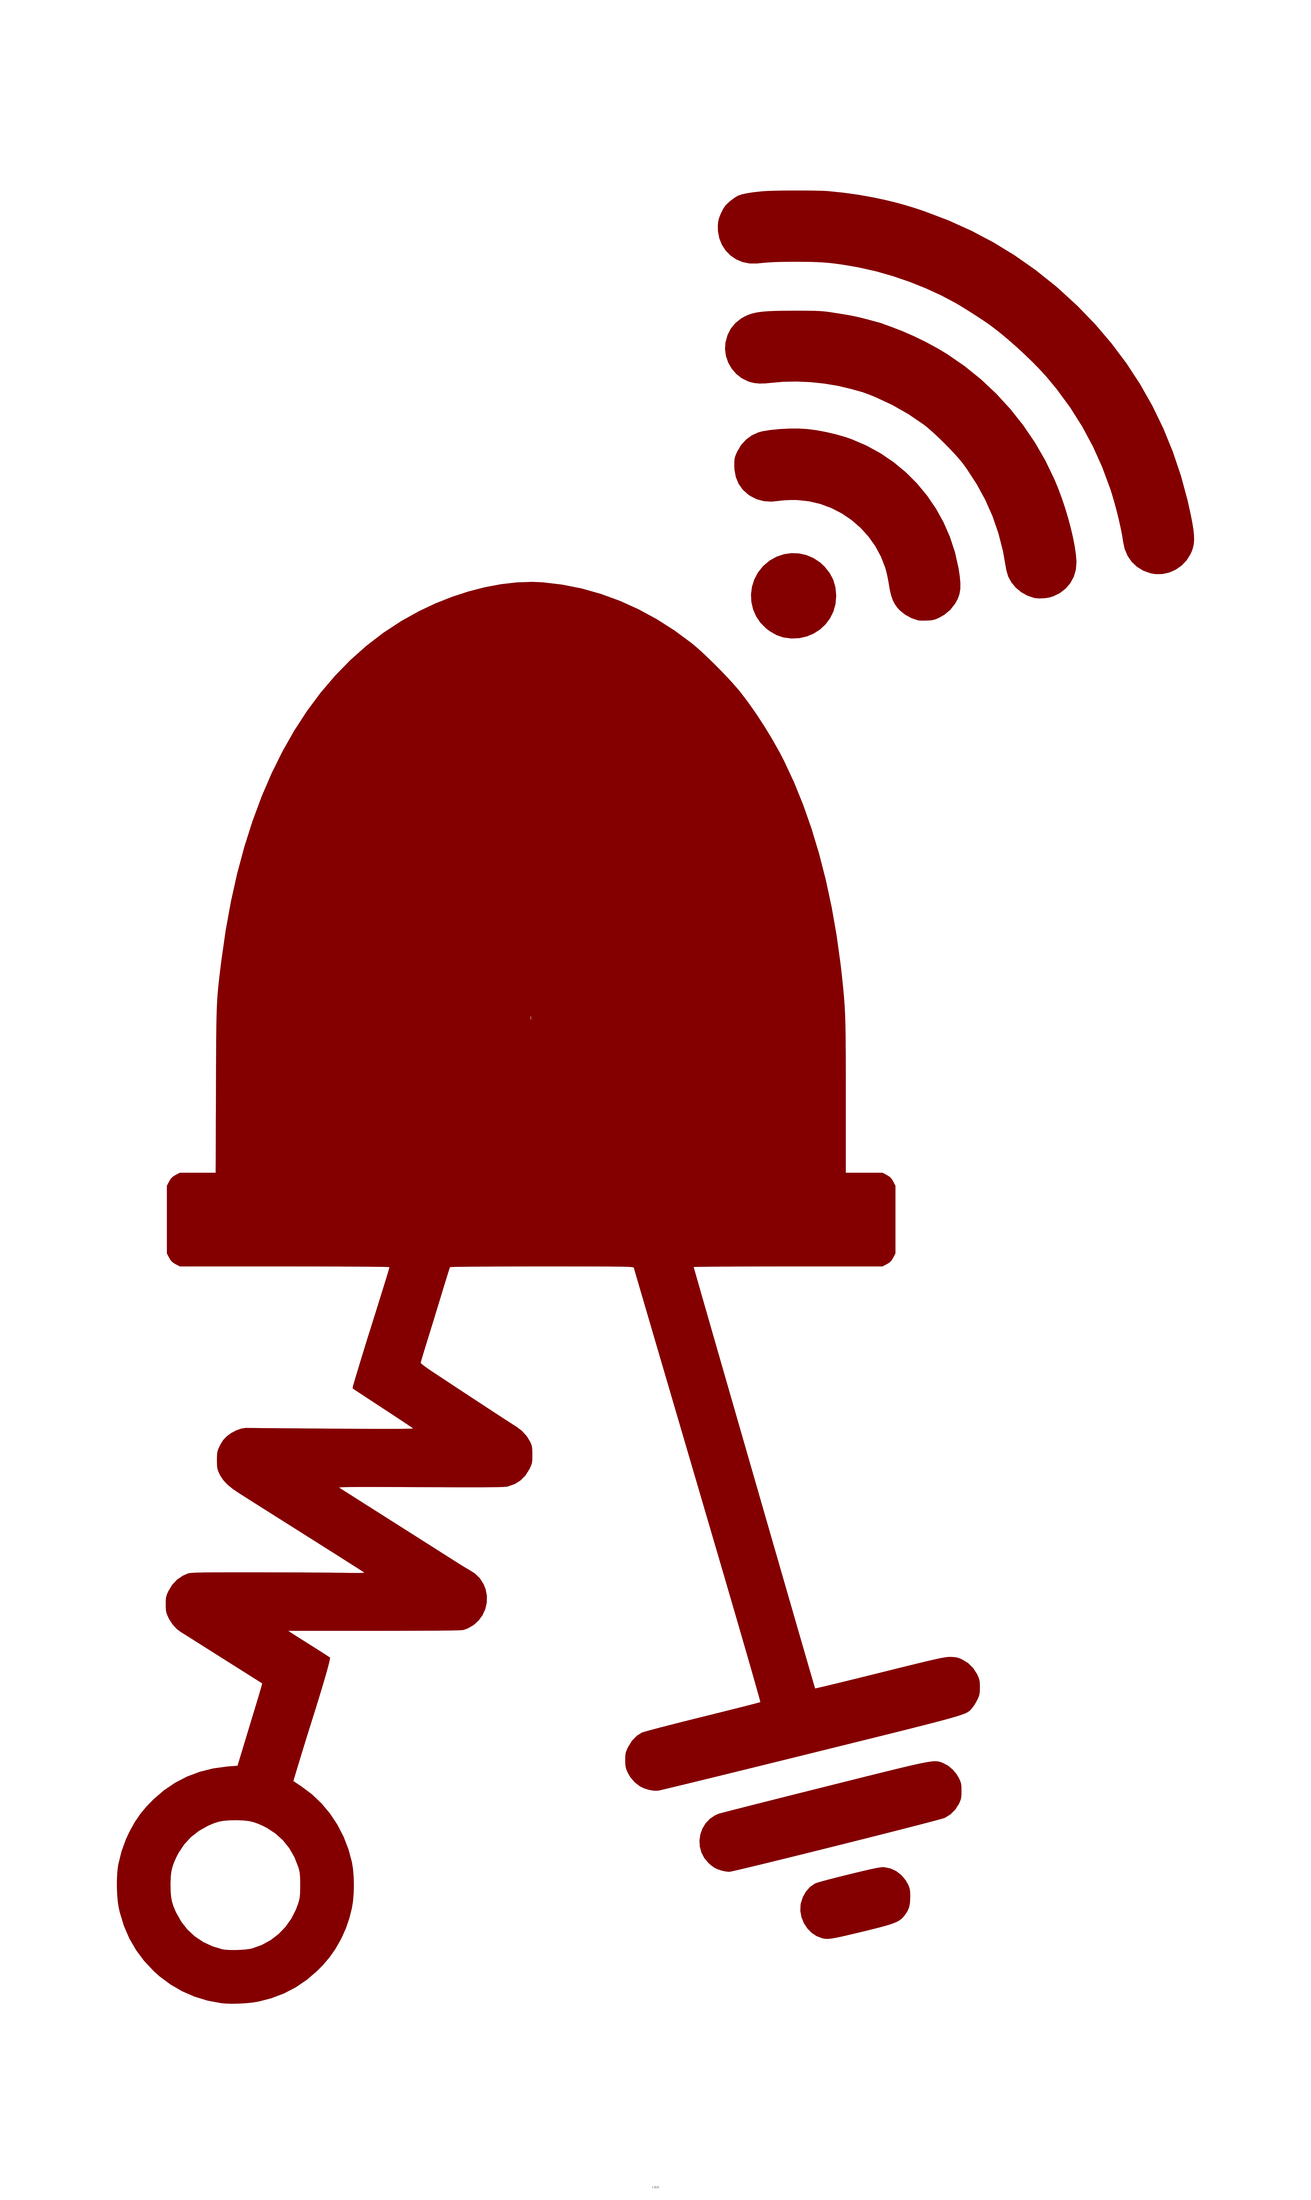
<source format=kicad_sym>
(kicad_symbol_lib
  (version 20210619)
  (generator bitmap2component)
  (symbol "LOGO"
    (pin_names
      (offset 1.016))
    (property "Reference" "#G"
      (at 0 416.899 0)
      (effects (font (size 1.27 1.27)) hide))
    (symbol "LOGO_0_0"
      (polyline (pts (xy -149.355 -385.693) (xy -146.28 -385.517) (xy -143.39 -385.227) (xy -140.918 -384.832) (xy -135.31 -383.394) (xy -129.786 -381.313) (xy -124.612 -378.635) (xy -119.768 -375.348) (xy -115.233 -371.443) (xy -112.952 -369.142) (xy -109.967 -365.673) (xy -107.403 -362.035) (xy -105.11 -358.027) (xy -104.613 -357.048) (xy -102.765 -352.915) (xy -101.318 -348.703) (xy -100.168 -344.118) (xy -100.144 -344.002) (xy -99.689 -341.074) (xy -99.418 -337.706) (xy -99.331 -334.121) (xy -99.427 -330.541) (xy -99.706 -327.189) (xy -100.168 -324.285) (xy -101.65 -318.748) (xy -103.787 -313.199) (xy -106.486 -307.968) (xy -109.714 -303.108) (xy -113.435 -298.67) (xy -117.615 -294.705) (xy -122.222 -291.265) (xy -123.503 -290.42) (xy -124.596 -289.693) (xy -125.336 -289.195) (xy -125.608 -289.002) (xy -125.575 -288.858) (xy -125.368 -288.133) (xy -124.997 -286.878) (xy -124.487 -285.177) (xy -123.864 -283.118) (xy -123.154 -280.783) (xy -122.384 -278.26) (xy -121.578 -275.632) (xy -120.764 -272.986) (xy -119.967 -270.406) (xy -119.214 -267.977) (xy -118.529 -265.786) (xy -117.941 -263.916) (xy -117.792 -263.445) (xy -116.295 -258.685) (xy -114.924 -254.263) (xy -113.688 -250.215) (xy -112.599 -246.576) (xy -111.667 -243.383) (xy -110.901 -240.671) (xy -110.312 -238.476) (xy -109.911 -236.835) (xy -109.708 -235.782) (xy -109.713 -235.354) (xy -110.035 -235.123) (xy -110.883 -234.561) (xy -112.165 -233.73) (xy -113.797 -232.685) (xy -115.697 -231.479) (xy -117.779 -230.165) (xy -119.529 -229.064) (xy -121.564 -227.78) (xy -123.388 -226.626) (xy -124.907 -225.661) (xy -126.026 -224.945) (xy -126.65 -224.539) (xy -127.866 -223.723) (xy -90.464 -223.727) (xy -87.642 -223.727) (xy -81.315 -223.723) (xy -75.657 -223.713) (xy -70.648 -223.697) (xy -66.27 -223.676) (xy -62.504 -223.648) (xy -59.329 -223.614) (xy -56.728 -223.574) (xy -54.68 -223.527) (xy -53.168 -223.473) (xy -52.17 -223.411) (xy -51.67 -223.343) (xy -49.811 -222.677) (xy -47.264 -221.205) (xy -45.118 -219.262) (xy -43.421 -216.939) (xy -42.221 -214.323) (xy -41.565 -211.503) (xy -41.503 -208.569) (xy -42.083 -205.61) (xy -42.901 -203.531) (xy -44.525 -200.963) (xy -46.695 -198.826) (xy -49.408 -197.123) (xy -49.679 -196.976) (xy -50.587 -196.443) (xy -51.925 -195.629) (xy -53.594 -194.594) (xy -55.492 -193.403) (xy -57.519 -192.116) (xy -57.895 -191.876) (xy -59.557 -190.817) (xy -61.716 -189.444) (xy -64.299 -187.802) (xy -67.236 -185.937) (xy -70.455 -183.893) (xy -73.885 -181.717) (xy -77.454 -179.453) (xy -81.091 -177.146) (xy -84.725 -174.843) (xy -86.881 -173.476) (xy -90.202 -171.371) (xy -93.33 -169.387) (xy -96.215 -167.556) (xy -98.808 -165.91) (xy -101.06 -164.48) (xy -102.921 -163.296) (xy -104.343 -162.392) (xy -105.275 -161.797) (xy -105.668 -161.543) (xy -105.692 -161.512) (xy -105.546 -161.445) (xy -105.092 -161.388) (xy -104.298 -161.339) (xy -103.131 -161.3) (xy -101.56 -161.269) (xy -99.552 -161.247) (xy -97.074 -161.232) (xy -94.094 -161.226) (xy -90.581 -161.227) (xy -86.5 -161.236) (xy -81.821 -161.252) (xy -76.511 -161.275) (xy -70.537 -161.304) (xy -69.056 -161.312) (xy -62.978 -161.341) (xy -57.558 -161.361) (xy -52.765 -161.374) (xy -48.569 -161.377) (xy -44.939 -161.373) (xy -41.844 -161.359) (xy -39.253 -161.336) (xy -37.135 -161.304) (xy -35.46 -161.263) (xy -34.198 -161.212) (xy -33.316 -161.151) (xy -32.785 -161.081) (xy -32.342 -160.983) (xy -29.402 -159.954) (xy -26.862 -158.359) (xy -24.742 -156.21) (xy -23.059 -153.525) (xy -22.812 -153.022) (xy -22.306 -151.922) (xy -21.993 -151.011) (xy -21.828 -150.067) (xy -21.764 -148.87) (xy -21.756 -147.198) (xy -21.772 -145.719) (xy -21.842 -144.41) (xy -22 -143.416) (xy -22.284 -142.531) (xy -22.728 -141.547) (xy -24.194 -139.159) (xy -26.293 -136.845) (xy -28.754 -135.005) (xy -29.066 -134.813) (xy -30.043 -134.193) (xy -31.518 -133.243) (xy -33.436 -132) (xy -35.745 -130.497) (xy -38.392 -128.769) (xy -41.323 -126.853) (xy -44.485 -124.781) (xy -47.825 -122.589) (xy -51.289 -120.313) (xy -54.825 -117.987) (xy -58.378 -115.645) (xy -61.897 -113.323) (xy -65.327 -111.055) (xy -66.615 -110.187) (xy -68.078 -109.157) (xy -69.24 -108.288) (xy -70.008 -107.65) (xy -70.285 -107.315) (xy -70.215 -106.988) (xy -69.962 -106.062) (xy -69.55 -104.647) (xy -69.008 -102.835) (xy -68.364 -100.721) (xy -67.644 -98.4) (xy -67.36 -97.487) (xy -66.521 -94.782) (xy -65.551 -91.639) (xy -64.5 -88.222) (xy -63.419 -84.697) (xy -62.359 -81.226) (xy -61.369 -77.974) (xy -60.571 -75.353) (xy -59.784 -72.785) (xy -59.079 -70.498) (xy -58.479 -68.571) (xy -58.009 -67.078) (xy -57.692 -66.099) (xy -57.552 -65.709) (xy -57.482 -65.692) (xy -56.84 -65.654) (xy -55.564 -65.618) (xy -53.698 -65.584) (xy -51.286 -65.551) (xy -48.372 -65.522) (xy -45 -65.495) (xy -41.212 -65.472) (xy -37.054 -65.451) (xy -32.569 -65.436) (xy -27.801 -65.424) (xy -22.794 -65.416) (xy -17.591 -65.414) (xy -14.645 -65.414) (xy -8.844 -65.415) (xy -3.684 -65.417) (xy 0.873 -65.422) (xy 4.864 -65.429) (xy 8.328 -65.439) (xy 11.3 -65.453) (xy 13.82 -65.472) (xy 15.924 -65.495) (xy 17.65 -65.524) (xy 19.035 -65.559) (xy 20.118 -65.601) (xy 20.935 -65.65) (xy 21.524 -65.707) (xy 21.924 -65.772) (xy 22.17 -65.846) (xy 22.301 -65.929) (xy 22.354 -66.023) (xy 22.378 -66.107) (xy 22.581 -66.809) (xy 22.974 -68.159) (xy 23.552 -70.138) (xy 24.31 -72.731) (xy 25.244 -75.922) (xy 26.348 -79.694) (xy 27.618 -84.03) (xy 29.049 -88.915) (xy 30.636 -94.332) (xy 32.375 -100.266) (xy 34.261 -106.698) (xy 36.289 -113.614) (xy 38.454 -120.997) (xy 40.751 -128.831) (xy 43.176 -137.099) (xy 45.724 -145.785) (xy 48.389 -154.873) (xy 51.169 -164.346) (xy 54.056 -174.189) (xy 57.047 -184.384) (xy 58.704 -190.034) (xy 60.651 -196.682) (xy 62.535 -203.127) (xy 64.347 -209.338) (xy 66.079 -215.284) (xy 67.722 -220.934) (xy 69.266 -226.258) (xy 70.704 -231.224) (xy 72.025 -235.801) (xy 73.221 -239.958) (xy 74.283 -243.665) (xy 75.202 -246.89) (xy 75.969 -249.602) (xy 76.576 -251.77) (xy 77.013 -253.365) (xy 77.27 -254.353) (xy 77.341 -254.705) (xy 76.992 -254.818) (xy 76.018 -255.085) (xy 74.473 -255.491) (xy 72.411 -256.023) (xy 69.885 -256.667) (xy 66.948 -257.41) (xy 63.654 -258.238) (xy 60.057 -259.137) (xy 56.209 -260.094) (xy 52.165 -261.096) (xy 48.449 -262.018) (xy 44.52 -263.002) (xy 40.812 -263.939) (xy 37.382 -264.816) (xy 34.287 -265.616) (xy 31.583 -266.326) (xy 29.329 -266.93) (xy 27.58 -267.413) (xy 26.393 -267.761) (xy 25.826 -267.959) (xy 23.617 -269.365) (xy 21.575 -271.447) (xy 19.928 -274.099) (xy 19.451 -275.085) (xy 18.994 -276.189) (xy 18.743 -277.18) (xy 18.638 -278.329) (xy 18.617 -279.904) (xy 18.62 -280.576) (xy 18.676 -282.007) (xy 18.841 -283.107) (xy 19.169 -284.139) (xy 19.713 -285.368) (xy 20.778 -287.247) (xy 22.726 -289.56) (xy 25.112 -291.356) (xy 26.858 -292.18) (xy 28.935 -292.825) (xy 31.002 -293.186) (xy 32.786 -293.199) (xy 32.794 -293.198) (xy 33.327 -293.088) (xy 34.5 -292.819) (xy 36.279 -292.399) (xy 38.631 -291.837) (xy 41.522 -291.14) (xy 44.918 -290.317) (xy 48.785 -289.377) (xy 53.089 -288.327) (xy 57.797 -287.175) (xy 62.875 -285.931) (xy 68.289 -284.602) (xy 74.006 -283.196) (xy 79.991 -281.722) (xy 86.21 -280.188) (xy 92.631 -278.603) (xy 99.219 -276.973) (xy 102.29 -276.213) (xy 109.984 -274.31) (xy 117.041 -272.563) (xy 123.491 -270.965) (xy 129.362 -269.508) (xy 134.683 -268.183) (xy 139.481 -266.984) (xy 143.786 -265.902) (xy 147.625 -264.929) (xy 151.028 -264.057) (xy 154.023 -263.278) (xy 156.638 -262.584) (xy 158.902 -261.967) (xy 160.843 -261.419) (xy 162.49 -260.933) (xy 163.872 -260.499) (xy 165.016 -260.111) (xy 165.952 -259.759) (xy 166.707 -259.437) (xy 167.311 -259.137) (xy 167.792 -258.849) (xy 168.178 -258.567) (xy 168.498 -258.281) (xy 168.78 -257.986) (xy 169.053 -257.671) (xy 169.345 -257.33) (xy 170.035 -256.424) (xy 170.91 -255.052) (xy 171.666 -253.652) (xy 171.89 -253.176) (xy 172.346 -252.07) (xy 172.607 -251.057) (xy 172.724 -249.874) (xy 172.751 -248.259) (xy 172.748 -247.603) (xy 172.694 -246.172) (xy 172.528 -245.072) (xy 172.198 -244.035) (xy 171.649 -242.796) (xy 171.499 -242.489) (xy 169.823 -239.894) (xy 167.652 -237.772) (xy 165.035 -236.173) (xy 164.025 -235.728) (xy 162.815 -235.33) (xy 161.554 -235.133) (xy 159.92 -235.069) (xy 159.849 -235.068) (xy 159.288 -235.077) (xy 158.666 -235.119) (xy 157.934 -235.203) (xy 157.045 -235.34) (xy 155.953 -235.541) (xy 154.61 -235.817) (xy 152.969 -236.178) (xy 150.984 -236.635) (xy 148.606 -237.198) (xy 145.789 -237.878) (xy 142.486 -238.685) (xy 138.649 -239.631) (xy 134.231 -240.725) (xy 129.186 -241.978) (xy 126.77 -242.579) (xy 122.594 -243.613) (xy 118.644 -244.586) (xy 114.968 -245.488) (xy 111.617 -246.305) (xy 108.641 -247.026) (xy 106.09 -247.639) (xy 104.014 -248.131) (xy 102.463 -248.491) (xy 101.487 -248.705) (xy 101.136 -248.763) (xy 101.112 -248.691) (xy 100.922 -248.061) (xy 100.554 -246.81) (xy 100.017 -244.972) (xy 99.321 -242.578) (xy 98.474 -239.662) (xy 97.487 -236.258) (xy 96.369 -232.398) (xy 95.13 -228.115) (xy 93.778 -223.443) (xy 92.325 -218.414) (xy 90.778 -213.061) (xy 89.148 -207.418) (xy 87.445 -201.518) (xy 85.677 -195.393) (xy 83.854 -189.077) (xy 81.986 -182.602) (xy 80.083 -176.003) (xy 78.153 -169.311) (xy 76.207 -162.56) (xy 74.253 -155.783) (xy 72.302 -149.013) (xy 70.363 -142.284) (xy 68.446 -135.627) (xy 66.559 -129.076) (xy 64.713 -122.665) (xy 62.917 -116.426) (xy 61.181 -110.392) (xy 59.514 -104.597) (xy 57.925 -99.073) (xy 56.424 -93.853) (xy 55.022 -88.971) (xy 53.726 -84.459) (xy 52.547 -80.352) (xy 51.495 -76.68) (xy 50.578 -73.479) (xy 49.806 -70.78) (xy 49.19 -68.618) (xy 48.738 -67.024) (xy 48.459 -66.032) (xy 48.364 -65.675) (xy 48.495 -65.654) (xy 49.242 -65.621) (xy 50.616 -65.59) (xy 52.574 -65.56) (xy 55.073 -65.532) (xy 58.07 -65.507) (xy 61.521 -65.484) (xy 65.385 -65.463) (xy 69.618 -65.446) (xy 74.177 -65.432) (xy 79.019 -65.422) (xy 84.102 -65.416) (xy 89.382 -65.414) (xy 130.4 -65.414) (xy 132.255 -64.445) (xy 133.43 -63.735) (xy 134.312 -62.871) (xy 135.078 -61.622) (xy 136.047 -59.767) (xy 136.047 -30.351) (xy 135.078 -28.496) (xy 134.368 -27.32) (xy 133.504 -26.438) (xy 132.255 -25.673) (xy 130.4 -24.704) (xy 114.474 -24.704) (xy 114.474 8.497) (xy 114.473 13.121) (xy 114.47 18.545) (xy 114.461 23.377) (xy 114.445 27.674) (xy 114.42 31.495) (xy 114.384 34.898) (xy 114.335 37.942) (xy 114.272 40.684) (xy 114.192 43.183) (xy 114.093 45.497) (xy 113.974 47.684) (xy 113.832 49.803) (xy 113.666 51.912) (xy 113.473 54.069) (xy 113.252 56.333) (xy 113.001 58.761) (xy 112.718 61.412) (xy 112.204 65.914) (xy 110.472 78.44) (xy 108.337 90.618) (xy 105.808 102.41) (xy 102.896 113.779) (xy 99.611 124.687) (xy 95.963 135.096) (xy 91.963 144.969) (xy 87.62 154.268) (xy 85.609 158.128) (xy 82.541 163.576) (xy 79.201 169.073) (xy 75.702 174.44) (xy 72.161 179.497) (xy 68.69 184.063) (xy 67.587 185.405) (xy 65.462 187.84) (xy 63.006 190.514) (xy 60.329 193.316) (xy 57.541 196.135) (xy 54.754 198.859) (xy 52.076 201.379) (xy 49.62 203.582) (xy 47.495 205.359) (xy 40.033 210.878) (xy 32.321 215.797) (xy 24.399 220.093) (xy 16.298 223.755) (xy 8.046 226.769) (xy -0.325 229.125) (xy -8.787 230.81) (xy -17.31 231.812) (xy -21.943 232.005) (xy -28.535 231.775) (xy -35.379 230.992) (xy -42.402 229.673) (xy -49.53 227.835) (xy -56.69 225.496) (xy -63.806 222.673) (xy -70.807 219.383) (xy -78.682 215.012) (xy -86.445 209.925) (xy -93.844 204.253) (xy -100.874 198.005) (xy -107.531 191.188) (xy -113.812 183.808) (xy -119.712 175.872) (xy -125.228 167.388) (xy -130.355 158.362) (xy -135.089 148.802) (xy -139.428 138.714) (xy -143.365 128.106) (xy -146.899 116.984) (xy -150.023 105.355) (xy -152.736 93.228) (xy -155.032 80.607) (xy -156.908 67.501) (xy -157.08 66.122) (xy -157.406 63.498) (xy -157.695 61.118) (xy -157.95 58.928) (xy -158.174 56.873) (xy -158.368 54.897) (xy -158.535 52.945) (xy -158.677 50.961) (xy -158.797 48.89) (xy -158.896 46.677) (xy -158.977 44.266) (xy -159.018 42.623) (xy -22.529 42.623) (xy -22.52 43.003) (xy -22.462 43.421) (xy -22.37 43.228) (xy -22.312 42.672) (xy -22.377 41.836) (xy -22.422 41.722) (xy -22.501 41.907) (xy -22.529 42.623) (xy -159.018 42.623) (xy -159.043 41.602) (xy -159.096 38.63) (xy -159.138 35.294) (xy -159.171 31.539) (xy -159.198 27.31) (xy -159.221 22.551) (xy -159.242 17.206) (xy -159.264 11.221) (xy -159.395 -24.704) (xy -174.937 -24.704) (xy -176.791 -25.673) (xy -177.967 -26.383) (xy -178.849 -27.247) (xy -179.615 -28.496) (xy -180.583 -30.351) (xy -180.583 -59.767) (xy -179.615 -61.622) (xy -178.905 -62.797) (xy -178.041 -63.679) (xy -176.791 -64.445) (xy -174.937 -65.414) (xy -129.396 -65.414) (xy -128.395 -65.414) (xy -122.741 -65.417) (xy -117.316 -65.424) (xy -112.158 -65.436) (xy -107.306 -65.451) (xy -102.799 -65.469) (xy -98.677 -65.491) (xy -94.979 -65.516) (xy -91.742 -65.544) (xy -89.006 -65.574) (xy -86.811 -65.607) (xy -85.195 -65.641) (xy -84.196 -65.677) (xy -83.855 -65.715) (xy -83.906 -65.951) (xy -84.132 -66.771) (xy -84.508 -68.054) (xy -84.999 -69.684) (xy -85.57 -71.543) (xy -86.485 -74.489) (xy -88.095 -79.666) (xy -89.516 -84.223) (xy -90.756 -88.189) (xy -91.825 -91.594) (xy -92.732 -94.467) (xy -92.803 -94.693) (xy -93.342 -96.412) (xy -94.01 -98.567) (xy -94.77 -101.036) (xy -95.585 -103.696) (xy -96.419 -106.425) (xy -97.232 -109.101) (xy -97.989 -111.601) (xy -98.652 -113.803) (xy -99.184 -115.585) (xy -99.547 -116.825) (xy -99.66 -117.246) (xy -99.828 -118.055) (xy -99.829 -118.436) (xy -99.661 -118.551) (xy -98.969 -119.012) (xy -97.797 -119.786) (xy -96.203 -120.835) (xy -94.249 -122.12) (xy -91.992 -123.6) (xy -89.494 -125.239) (xy -86.812 -126.995) (xy -84.913 -128.24) (xy -82.338 -129.932) (xy -79.981 -131.487) (xy -77.902 -132.864) (xy -76.163 -134.021) (xy -74.824 -134.92) (xy -73.946 -135.519) (xy -73.59 -135.779) (xy -73.637 -135.812) (xy -74.205 -135.87) (xy -75.409 -135.916) (xy -77.256 -135.951) (xy -79.752 -135.975) (xy -82.903 -135.989) (xy -86.718 -135.991) (xy -91.201 -135.982) (xy -96.36 -135.962) (xy -102.202 -135.931) (xy -108.733 -135.889) (xy -112.097 -135.866) (xy -116.928 -135.831) (xy -121.553 -135.797) (xy -125.922 -135.763) (xy -129.985 -135.73) (xy -133.695 -135.699) (xy -137.003 -135.67) (xy -139.858 -135.643) (xy -142.214 -135.619) (xy -144.02 -135.598) (xy -145.228 -135.581) (xy -145.789 -135.568) (xy -146.295 -135.565) (xy -148.315 -135.89) (xy -150.488 -136.666) (xy -152.625 -137.798) (xy -154.536 -139.19) (xy -156.032 -140.747) (xy -156.484 -141.403) (xy -157.227 -142.658) (xy -157.902 -143.967) (xy -158.237 -144.722) (xy -158.552 -145.64) (xy -158.733 -146.621) (xy -158.817 -147.876) (xy -158.837 -149.616) (xy -158.821 -151.308) (xy -158.744 -152.543) (xy -158.569 -153.514) (xy -158.256 -154.438) (xy -157.765 -155.531) (xy -157.246 -156.528) (xy -155.976 -158.384) (xy -154.315 -160.153) (xy -152.167 -161.925) (xy -149.442 -163.793) (xy -149.315 -163.874) (xy -148.49 -164.401) (xy -147.694 -164.909) (xy -146.886 -165.424) (xy -146.025 -165.971) (xy -145.07 -166.578) (xy -143.98 -167.269) (xy -142.712 -168.071) (xy -141.227 -169.011) (xy -139.483 -170.113) (xy -137.439 -171.405) (xy -135.053 -172.911) (xy -132.285 -174.659) (xy -129.093 -176.674) (xy -125.435 -178.982) (xy -121.272 -181.61) (xy -116.562 -184.583) (xy -113.444 -186.552) (xy -110.089 -188.673) (xy -106.946 -190.662) (xy -104.061 -192.492) (xy -101.481 -194.13) (xy -99.254 -195.547) (xy -97.426 -196.714) (xy -96.046 -197.6) (xy -95.16 -198.175) (xy -94.815 -198.409) (xy -94.856 -198.463) (xy -95.44 -198.538) (xy -96.641 -198.584) (xy -98.408 -198.6) (xy -100.69 -198.585) (xy -103.435 -198.538) (xy -103.732 -198.532) (xy -105.646 -198.501) (xy -108.167 -198.471) (xy -111.219 -198.443) (xy -114.728 -198.417) (xy -118.619 -198.393) (xy -122.817 -198.371) (xy -127.248 -198.353) (xy -131.837 -198.338) (xy -136.508 -198.327) (xy -141.187 -198.32) (xy -145.002 -198.318) (xy -149.744 -198.316) (xy -153.868 -198.32) (xy -157.42 -198.327) (xy -160.446 -198.341) (xy -162.991 -198.361) (xy -165.102 -198.388) (xy -166.823 -198.423) (xy -168.2 -198.467) (xy -169.279 -198.52) (xy -170.105 -198.584) (xy -170.725 -198.659) (xy -171.183 -198.745) (xy -171.526 -198.845) (xy -173.645 -199.773) (xy -176.206 -201.517) (xy -178.323 -203.796) (xy -180.004 -206.617) (xy -180.363 -207.398) (xy -180.76 -208.43) (xy -180.982 -209.418) (xy -181.078 -210.608) (xy -181.095 -212.247) (xy -181.086 -213.213) (xy -181.02 -214.594) (xy -180.849 -215.666) (xy -180.523 -216.676) (xy -179.994 -217.876) (xy -179.493 -218.848) (xy -178.08 -220.974) (xy -176.432 -222.802) (xy -174.713 -224.135) (xy -174.28 -224.4) (xy -173.238 -225.05) (xy -171.825 -225.936) (xy -170.171 -226.979) (xy -168.405 -228.097) (xy -168.328 -228.147) (xy -166.838 -229.091) (xy -164.867 -230.339) (xy -162.517 -231.824) (xy -159.889 -233.485) (xy -157.085 -235.255) (xy -154.207 -237.072) (xy -151.356 -238.87) (xy -150.269 -239.556) (xy -147.739 -241.152) (xy -145.422 -242.616) (xy -143.381 -243.906) (xy -141.678 -244.984) (xy -140.377 -245.81) (xy -139.539 -246.344) (xy -139.227 -246.547) (xy -139.217 -246.568) (xy -139.244 -246.823) (xy -139.376 -247.394) (xy -139.629 -248.333) (xy -140.015 -249.687) (xy -140.551 -251.508) (xy -141.25 -253.845) (xy -142.126 -256.746) (xy -143.195 -260.263) (xy -143.311 -260.646) (xy -144.022 -262.982) (xy -144.857 -265.733) (xy -145.752 -268.686) (xy -146.644 -271.631) (xy -147.469 -274.355) (xy -149.889 -282.358) (xy -153.319 -282.599) (xy -154.285 -282.675) (xy -160.46 -283.522) (xy -166.302 -284.981) (xy -171.816 -287.051) (xy -177.006 -289.737) (xy -181.878 -293.039) (xy -186.435 -296.959) (xy -189.534 -300.144) (xy -192.228 -303.412) (xy -194.577 -306.884) (xy -196.741 -310.774) (xy -198.342 -314.185) (xy -200.301 -319.534) (xy -201.692 -325.155) (xy -201.848 -326.065) (xy -202.151 -328.813) (xy -202.306 -331.947) (xy -202.313 -334.201) (xy -179.018 -334.201) (xy -179.013 -333.255) (xy -178.917 -330.638) (xy -178.67 -328.439) (xy -178.227 -326.451) (xy -177.548 -324.469) (xy -176.591 -322.286) (xy -175.531 -320.232) (xy -173.078 -316.548) (xy -170.149 -313.368) (xy -166.73 -310.681) (xy -162.808 -308.472) (xy -162.011 -308.104) (xy -159.91 -307.24) (xy -157.949 -306.641) (xy -155.921 -306.267) (xy -153.619 -306.073) (xy -150.834 -306.018) (xy -149.804 -306.024) (xy -147.21 -306.122) (xy -145.026 -306.373) (xy -143.045 -306.821) (xy -141.059 -307.506) (xy -138.861 -308.472) (xy -137.077 -309.386) (xy -133.355 -311.831) (xy -130.119 -314.771) (xy -127.382 -318.187) (xy -125.16 -322.064) (xy -123.466 -326.385) (xy -123.306 -326.91) (xy -123.023 -328.005) (xy -122.833 -329.111) (xy -122.72 -330.398) (xy -122.665 -332.038) (xy -122.651 -334.201) (xy -122.653 -335.233) (xy -122.683 -337.144) (xy -122.762 -338.606) (xy -122.906 -339.792) (xy -123.135 -340.872) (xy -123.466 -342.018) (xy -124.479 -344.787) (xy -126.509 -348.786) (xy -129.057 -352.372) (xy -132.077 -355.502) (xy -135.525 -358.132) (xy -139.357 -360.22) (xy -143.527 -361.721) (xy -144.499 -361.933) (xy -146.365 -362.182) (xy -148.561 -362.348) (xy -150.883 -362.427) (xy -153.129 -362.413) (xy -155.094 -362.3) (xy -156.575 -362.082) (xy -160.74 -360.823) (xy -164.795 -358.938) (xy -168.43 -356.511) (xy -171.619 -353.562) (xy -174.338 -350.11) (xy -176.563 -346.175) (xy -176.932 -345.378) (xy -177.796 -343.277) (xy -178.394 -341.316) (xy -178.769 -339.288) (xy -178.963 -336.986) (xy -179.018 -334.201) (xy -202.313 -334.201) (xy -202.316 -335.255) (xy -202.183 -338.528) (xy -201.91 -341.553) (xy -201.498 -344.118) (xy -201.045 -346.089) (xy -199.27 -351.919) (xy -196.917 -357.367) (xy -193.976 -362.451) (xy -190.435 -367.191) (xy -186.285 -371.606) (xy -183.783 -373.844) (xy -179.028 -377.379) (xy -173.914 -380.336) (xy -168.488 -382.691) (xy -162.798 -384.423) (xy -156.892 -385.507) (xy -155.142 -385.663) (xy -152.386 -385.745) (xy -149.355 -385.693)) (stroke (width 0.01)) (fill (type outline)))
      (polyline (pts (xy 107.656 -357.489) (xy 108.892 -357.316) (xy 110.436 -357.034) (xy 112.363 -356.63) (xy 114.745 -356.092) (xy 117.656 -355.409) (xy 121.168 -354.569) (xy 122.571 -354.23) (xy 126.163 -353.35) (xy 129.163 -352.586) (xy 131.637 -351.914) (xy 133.649 -351.31) (xy 135.267 -350.752) (xy 136.553 -350.213) (xy 137.576 -349.671) (xy 138.398 -349.102) (xy 139.087 -348.481) (xy 139.707 -347.786) (xy 140.234 -347.118) (xy 141.326 -345.44) (xy 142.017 -343.742) (xy 142.379 -341.808) (xy 142.484 -339.421) (xy 142.478 -338.457) (xy 142.422 -337.019) (xy 142.274 -335.937) (xy 141.996 -334.989) (xy 141.551 -333.952) (xy 140.502 -332.098) (xy 138.665 -329.9) (xy 136.463 -328.18) (xy 133.991 -327.009) (xy 131.349 -326.459) (xy 131.306 -326.455) (xy 130.677 -326.434) (xy 129.949 -326.469) (xy 129.05 -326.575) (xy 127.907 -326.767) (xy 126.449 -327.058) (xy 124.604 -327.464) (xy 122.3 -327.998) (xy 119.466 -328.674) (xy 116.028 -329.507) (xy 115.524 -329.63) (xy 112.554 -330.365) (xy 109.759 -331.072) (xy 107.22 -331.73) (xy 105.023 -332.317) (xy 103.251 -332.81) (xy 101.988 -333.186) (xy 101.319 -333.424) (xy 101.004 -333.578) (xy 98.927 -335.019) (xy 97.171 -336.993) (xy 95.816 -339.39) (xy 94.941 -342.103) (xy 94.827 -342.719) (xy 94.721 -345.437) (xy 95.209 -348.118) (xy 96.225 -350.657) (xy 97.706 -352.951) (xy 99.587 -354.894) (xy 101.803 -356.381) (xy 104.291 -357.309) (xy 104.333 -357.319) (xy 105.067 -357.467) (xy 105.817 -357.552) (xy 106.655 -357.563) (xy 107.656 -357.489)) (stroke (width 0.01)) (fill (type outline)))
      (polyline (pts (xy 64.253 -328.36) (xy 65.384 -328.122) (xy 67.094 -327.735) (xy 69.335 -327.213) (xy 72.059 -326.565) (xy 75.218 -325.806) (xy 78.764 -324.946) (xy 82.649 -323.998) (xy 86.824 -322.973) (xy 91.243 -321.884) (xy 95.856 -320.743) (xy 100.615 -319.561) (xy 105.474 -318.351) (xy 110.382 -317.125) (xy 115.294 -315.895) (xy 120.16 -314.673) (xy 124.932 -313.47) (xy 129.562 -312.3) (xy 134.003 -311.173) (xy 138.206 -310.102) (xy 142.124 -309.099) (xy 145.707 -308.175) (xy 148.909 -307.344) (xy 151.68 -306.617) (xy 153.974 -306.005) (xy 155.741 -305.522) (xy 156.935 -305.179) (xy 157.506 -304.987) (xy 157.639 -304.926) (xy 160.022 -303.43) (xy 162.053 -301.396) (xy 163.621 -298.935) (xy 164.029 -298.078) (xy 164.418 -297.087) (xy 164.636 -296.123) (xy 164.731 -294.948) (xy 164.752 -293.318) (xy 164.742 -292.085) (xy 164.673 -290.808) (xy 164.494 -289.811) (xy 164.157 -288.85) (xy 163.613 -287.684) (xy 162.726 -286.159) (xy 160.98 -284.035) (xy 158.907 -282.312) (xy 156.666 -281.139) (xy 156.573 -281.103) (xy 156.031 -280.898) (xy 155.525 -280.718) (xy 155.017 -280.569) (xy 154.472 -280.46) (xy 153.856 -280.397) (xy 153.132 -280.387) (xy 152.266 -280.438) (xy 151.221 -280.556) (xy 149.962 -280.75) (xy 148.454 -281.025) (xy 146.661 -281.39) (xy 144.547 -281.851) (xy 142.078 -282.416) (xy 139.217 -283.091) (xy 135.93 -283.884) (xy 132.18 -284.803) (xy 127.932 -285.854) (xy 123.151 -287.044) (xy 117.802 -288.381) (xy 111.847 -289.871) (xy 105.253 -291.523) (xy 103.623 -291.931) (xy 98.213 -293.288) (xy 92.985 -294.601) (xy 87.98 -295.86) (xy 83.239 -297.056) (xy 78.803 -298.176) (xy 74.713 -299.212) (xy 71.011 -300.152) (xy 67.737 -300.986) (xy 64.933 -301.704) (xy 62.639 -302.294) (xy 60.897 -302.748) (xy 59.749 -303.054) (xy 59.234 -303.202) (xy 57.586 -303.924) (xy 55.322 -305.469) (xy 53.501 -307.422) (xy 52.141 -309.688) (xy 51.263 -312.174) (xy 50.885 -314.784) (xy 51.028 -317.425) (xy 51.711 -320) (xy 52.955 -322.417) (xy 54.778 -324.58) (xy 55.816 -325.514) (xy 57.264 -326.578) (xy 58.774 -327.327) (xy 60.623 -327.921) (xy 61.275 -328.079) (xy 62.637 -328.329) (xy 63.752 -328.437) (xy 64.253 -328.36)) (stroke (width 0.01)) (fill (type outline)))
      (polyline (pts (xy 94.231 207.554) (xy 97.496 208.284) (xy 100.525 209.551) (xy 103.255 211.308) (xy 105.627 213.507) (xy 107.579 216.099) (xy 109.049 219.038) (xy 109.976 222.275) (xy 110.299 225.763) (xy 110.293 226.284) (xy 109.935 229.803) (xy 108.991 232.987) (xy 107.43 235.917) (xy 105.221 238.674) (xy 103.295 240.454) (xy 100.426 242.35) (xy 97.332 243.655) (xy 94.095 244.367) (xy 90.8 244.484) (xy 87.527 244.007) (xy 84.36 242.933) (xy 81.382 241.263) (xy 78.675 238.994) (xy 78.402 238.713) (xy 76.247 235.98) (xy 74.677 232.987) (xy 73.688 229.818) (xy 73.276 226.558) (xy 73.439 223.292) (xy 74.173 220.103) (xy 75.474 217.078) (xy 77.339 214.301) (xy 79.764 211.856) (xy 81.43 210.582) (xy 84.374 208.883) (xy 87.334 207.874) (xy 90.792 207.408) (xy 94.231 207.554)) (stroke (width 0.01)) (fill (type outline)))
      (polyline (pts (xy 149.66 215.203) (xy 149.869 215.209) (xy 151.438 215.299) (xy 152.649 215.501) (xy 153.811 215.887) (xy 155.227 216.532) (xy 157.364 217.758) (xy 159.9 219.878) (xy 161.968 222.511) (xy 163.083 224.519) (xy 163.842 226.583) (xy 164.232 228.802) (xy 164.281 231.334) (xy 164.018 234.341) (xy 163.47 237.988) (xy 161.924 244.854) (xy 159.754 251.475) (xy 156.989 257.814) (xy 153.658 263.836) (xy 149.789 269.504) (xy 145.413 274.781) (xy 140.556 279.63) (xy 135.249 284.016) (xy 129.52 287.902) (xy 123.397 291.251) (xy 116.91 294.027) (xy 114.266 294.932) (xy 110.225 296.09) (xy 105.95 297.094) (xy 101.71 297.884) (xy 97.773 298.398) (xy 97.629 298.411) (xy 93.98 298.614) (xy 89.96 298.606) (xy 85.832 298.399) (xy 81.858 298.007) (xy 78.299 297.442) (xy 76.493 296.964) (xy 73.621 295.657) (xy 71.077 293.781) (xy 68.933 291.396) (xy 67.265 288.559) (xy 66.773 287.466) (xy 66.356 286.362) (xy 66.127 285.345) (xy 66.031 284.156) (xy 66.014 282.531) (xy 66.096 280.723) (xy 66.703 277.476) (xy 67.897 274.596) (xy 69.676 272.091) (xy 72.035 269.967) (xy 72.979 269.324) (xy 75.794 267.899) (xy 78.825 267.084) (xy 82.13 266.868) (xy 85.769 267.238) (xy 86.594 267.347) (xy 88.171 267.475) (xy 90.015 267.561) (xy 91.876 267.59) (xy 93.323 267.561) (xy 98.459 267.026) (xy 103.447 265.851) (xy 108.233 264.074) (xy 112.764 261.734) (xy 116.989 258.871) (xy 120.853 255.524) (xy 124.304 251.732) (xy 127.289 247.534) (xy 129.756 242.97) (xy 131.651 238.078) (xy 132.034 236.699) (xy 132.481 234.781) (xy 132.908 232.67) (xy 133.26 230.626) (xy 133.606 228.596) (xy 134.185 226.104) (xy 134.895 224.061) (xy 135.789 222.322) (xy 136.923 220.74) (xy 138.02 219.559) (xy 140.382 217.688) (xy 143.096 216.22) (xy 145.963 215.274) (xy 146.111 215.25) (xy 146.948 215.198) (xy 148.202 215.181) (xy 149.66 215.203)) (stroke (width 0.01)) (fill (type outline)))
      (polyline (pts (xy 199.842 224.845) (xy 201.619 224.993) (xy 203.108 225.266) (xy 204.711 225.778) (xy 207.613 227.212) (xy 210.088 229.143) (xy 212.086 231.506) (xy 213.558 234.236) (xy 214.455 237.267) (xy 214.727 240.536) (xy 214.716 240.979) (xy 214.478 243.946) (xy 213.971 247.413) (xy 213.22 251.271) (xy 212.255 255.411) (xy 211.101 259.725) (xy 209.785 264.103) (xy 208.334 268.436) (xy 206.776 272.615) (xy 205.179 276.467) (xy 201.246 284.643) (xy 196.715 292.501) (xy 191.615 300.003) (xy 185.977 307.113) (xy 179.833 313.793) (xy 173.212 320.006) (xy 166.145 325.715) (xy 158.663 330.883) (xy 154.355 333.471) (xy 149.403 336.152) (xy 144.26 338.67) (xy 139.152 340.915) (xy 134.307 342.776) (xy 133.743 342.975) (xy 132.383 343.463) (xy 131.288 343.866) (xy 130.653 344.112) (xy 130.063 344.334) (xy 129.088 344.634) (xy 128.251 344.855) (xy 127.174 345.145) (xy 126.128 345.429) (xy 123.666 346.09) (xy 121.586 346.628) (xy 119.735 347.073) (xy 117.96 347.459) (xy 116.107 347.817) (xy 114.025 348.18) (xy 111.56 348.58) (xy 108.559 349.048) (xy 107.98 349.136) (xy 106.526 349.341) (xy 105.144 349.501) (xy 103.722 349.622) (xy 102.153 349.709) (xy 100.327 349.767) (xy 98.133 349.801) (xy 95.462 349.817) (xy 92.206 349.819) (xy 91.084 349.817) (xy 87.146 349.789) (xy 83.806 349.72) (xy 80.986 349.603) (xy 78.609 349.427) (xy 76.597 349.185) (xy 74.873 348.867) (xy 73.358 348.464) (xy 71.976 347.969) (xy 70.65 347.372) (xy 69.067 346.489) (xy 66.529 344.492) (xy 64.52 342.054) (xy 63.065 339.204) (xy 62.186 335.974) (xy 61.989 333.213) (xy 62.382 330.194) (xy 63.362 327.315) (xy 64.874 324.672) (xy 66.863 322.36) (xy 69.271 320.475) (xy 72.043 319.114) (xy 72.898 318.828) (xy 74.86 318.375) (xy 77.001 318.179) (xy 79.478 318.232) (xy 82.453 318.524) (xy 87.056 318.935) (xy 92.969 319.059) (xy 99.097 318.792) (xy 105.254 318.147) (xy 111.254 317.14) (xy 116.91 315.786) (xy 117.719 315.559) (xy 119.22 315.141) (xy 120.47 314.795) (xy 121.259 314.58) (xy 121.645 314.463) (xy 122.701 314.097) (xy 124.088 313.583) (xy 125.608 312.995) (xy 127.145 312.372) (xy 134.585 308.919) (xy 141.697 304.883) (xy 148.399 300.31) (xy 149.055 299.805) (xy 150.982 298.198) (xy 153.177 296.227) (xy 155.526 294.007) (xy 157.912 291.654) (xy 160.22 289.281) (xy 162.337 287.005) (xy 164.145 284.941) (xy 165.531 283.202) (xy 167.058 281.087) (xy 171.431 274.37) (xy 175.16 267.52) (xy 178.274 260.466) (xy 180.801 253.139) (xy 182.77 245.469) (xy 184.209 237.387) (xy 184.26 237.059) (xy 185.067 234.315) (xy 186.472 231.753) (xy 188.393 229.458) (xy 190.745 227.513) (xy 193.447 226.004) (xy 196.415 225.013) (xy 196.631 224.969) (xy 198.078 224.833) (xy 199.842 224.845)) (stroke (width 0.01)) (fill (type outline)))
      (polyline (pts (xy 252.225 235.435) (xy 255.177 236.116) (xy 257.953 237.362) (xy 260.458 239.128) (xy 262.596 241.368) (xy 264.272 244.038) (xy 264.718 245.003) (xy 265.308 246.614) (xy 265.686 248.278) (xy 265.854 250.096) (xy 265.812 252.171) (xy 265.563 254.606) (xy 265.107 257.501) (xy 264.445 260.959) (xy 263.053 267.277) (xy 260.138 278.071) (xy 256.615 288.529) (xy 252.486 298.646) (xy 247.753 308.417) (xy 242.421 317.838) (xy 236.491 326.903) (xy 229.966 335.608) (xy 222.85 343.948) (xy 215.145 351.918) (xy 206.853 359.513) (xy 205.481 360.686) (xy 196.825 367.582) (xy 187.881 373.852) (xy 178.619 379.514) (xy 169.007 384.585) (xy 159.014 389.084) (xy 148.61 393.028) (xy 148.346 393.119) (xy 144.034 394.553) (xy 139.958 395.79) (xy 135.887 396.893) (xy 131.587 397.926) (xy 126.826 398.952) (xy 126.501 399.018) (xy 120.237 400.145) (xy 113.542 401.078) (xy 106.645 401.786) (xy 106.49 401.799) (xy 104.961 401.882) (xy 102.876 401.948) (xy 100.355 401.996) (xy 97.523 402.028) (xy 94.5 402.042) (xy 91.41 402.039) (xy 88.375 402.019) (xy 85.517 401.982) (xy 82.958 401.928) (xy 80.821 401.857) (xy 79.229 401.769) (xy 77.421 401.619) (xy 74.251 401.27) (xy 71.545 400.853) (xy 69.379 400.382) (xy 67.832 399.869) (xy 67.682 399.8) (xy 66.583 399.169) (xy 65.268 398.266) (xy 63.992 397.263) (xy 62.926 396.309) (xy 61.972 395.257) (xy 61.189 394.062) (xy 60.382 392.465) (xy 59.839 391.256) (xy 59.317 389.821) (xy 59.022 388.467) (xy 58.873 386.89) (xy 58.907 384.435) (xy 59.489 381.309) (xy 60.635 378.456) (xy 62.284 375.936) (xy 64.375 373.806) (xy 66.849 372.125) (xy 69.646 370.95) (xy 72.705 370.341) (xy 75.966 370.354) (xy 78.041 370.558) (xy 80.251 370.747) (xy 82.369 370.886) (xy 84.553 370.983) (xy 86.961 371.043) (xy 89.749 371.075) (xy 93.075 371.084) (xy 96.921 371.065) (xy 100.47 370.995) (xy 103.654 370.858) (xy 106.643 370.638) (xy 109.607 370.32) (xy 112.715 369.889) (xy 116.136 369.329) (xy 120.041 368.625) (xy 120.661 368.508) (xy 127.684 366.925) (xy 134.918 364.857) (xy 142.184 362.371) (xy 149.305 359.53) (xy 156.105 356.401) (xy 162.403 353.048) (xy 163.997 352.106) (xy 166.065 350.837) (xy 168.369 349.391) (xy 170.742 347.875) (xy 173.016 346.394) (xy 175.025 345.056) (xy 176.603 343.967) (xy 177.656 343.204) (xy 181.067 340.577) (xy 184.719 337.558) (xy 188.478 334.271) (xy 192.209 330.837) (xy 195.777 327.381) (xy 199.049 324.024) (xy 201.89 320.889) (xy 206.188 315.686) (xy 212.026 307.735) (xy 217.255 299.457) (xy 221.887 290.83) (xy 225.936 281.832) (xy 229.414 272.441) (xy 230.088 270.344) (xy 231.151 266.747) (xy 232.173 262.962) (xy 233.114 259.158) (xy 233.931 255.501) (xy 234.585 252.16) (xy 235.035 249.303) (xy 235.674 246.344) (xy 236.94 243.332) (xy 238.74 240.716) (xy 241.032 238.546) (xy 243.771 236.871) (xy 246.914 235.743) (xy 249.191 235.365) (xy 252.225 235.435)) (stroke (width 0.01)) (fill (type outline))))))
</source>
